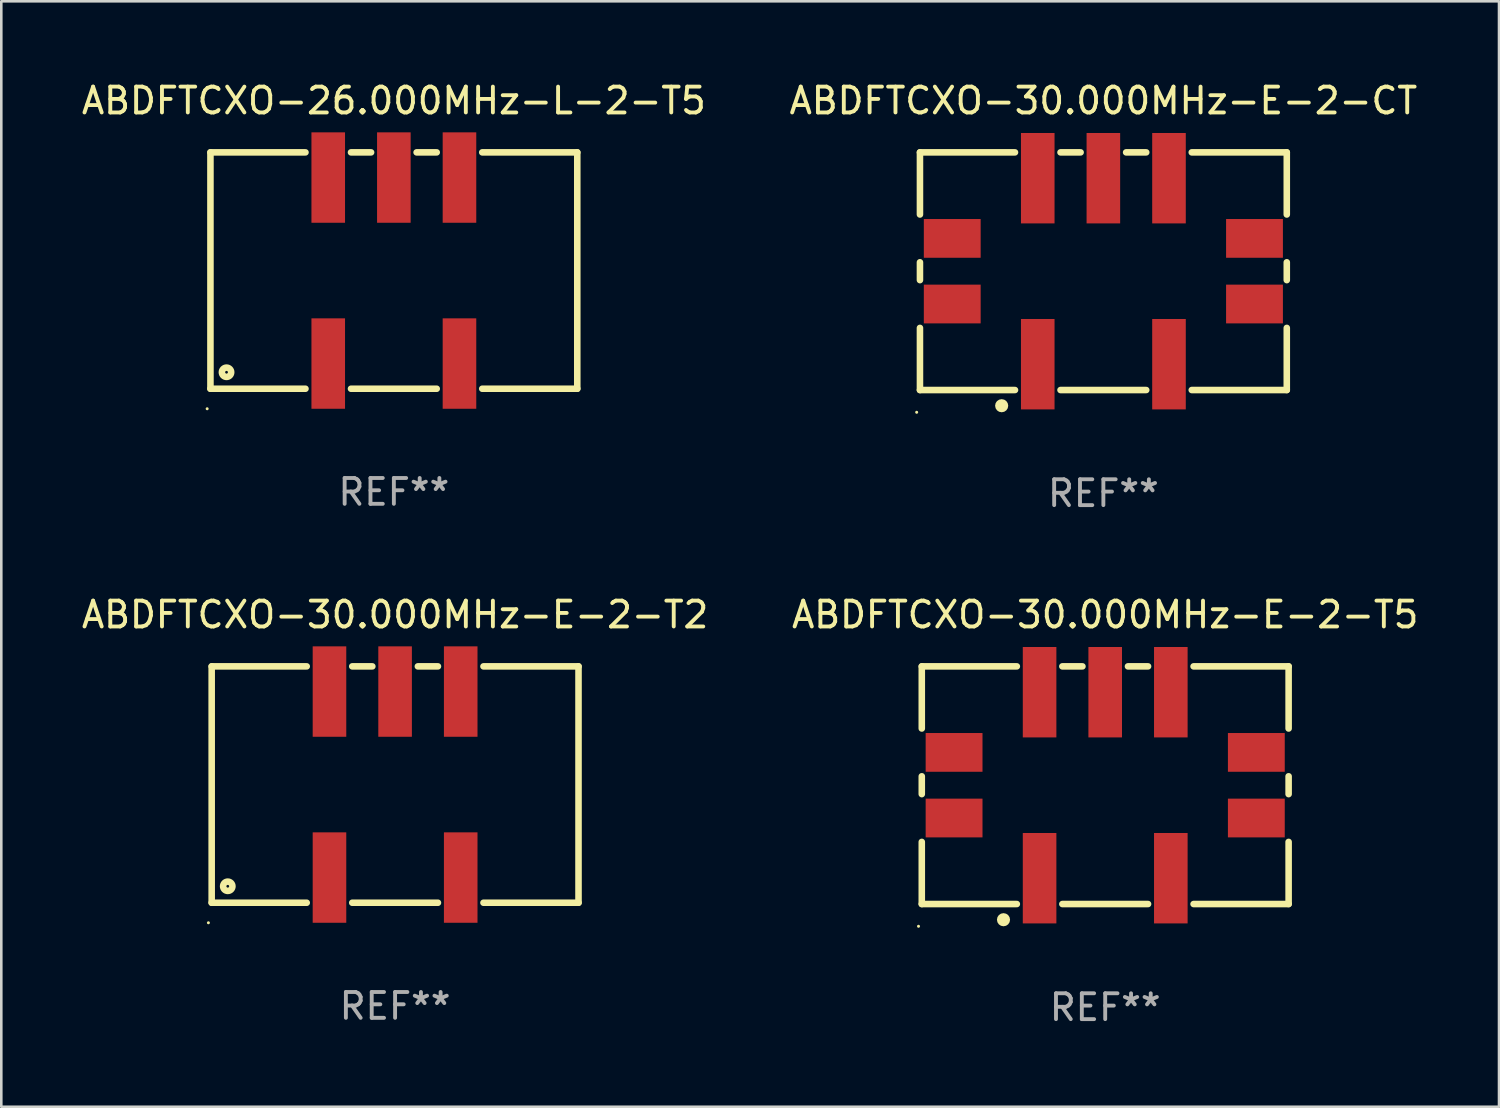
<source format=kicad_pcb>
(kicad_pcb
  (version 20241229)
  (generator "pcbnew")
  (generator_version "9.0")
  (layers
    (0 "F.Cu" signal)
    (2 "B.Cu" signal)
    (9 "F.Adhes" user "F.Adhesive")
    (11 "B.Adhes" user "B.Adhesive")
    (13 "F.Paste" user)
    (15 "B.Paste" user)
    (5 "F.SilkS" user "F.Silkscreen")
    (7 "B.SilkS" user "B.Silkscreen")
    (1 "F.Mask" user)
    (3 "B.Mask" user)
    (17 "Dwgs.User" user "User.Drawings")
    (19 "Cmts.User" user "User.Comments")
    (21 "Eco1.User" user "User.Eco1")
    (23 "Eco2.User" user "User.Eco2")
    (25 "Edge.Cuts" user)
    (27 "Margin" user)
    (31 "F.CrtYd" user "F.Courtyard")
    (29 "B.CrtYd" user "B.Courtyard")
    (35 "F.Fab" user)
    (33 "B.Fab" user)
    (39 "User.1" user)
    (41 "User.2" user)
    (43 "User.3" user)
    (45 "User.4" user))
  (footprint "ABDFTCXO-30.000MHz-E-2-CT"
    (layer "F.Cu")
    (at 39.661 7.448)
    (property "Reference" "ABDFTCXO-30.000MHz-E-2-CT" (at 0 -6.6 0) (layer "F.SilkS") (effects (font (size 1 1) (thickness 0.15))))
    (attr through_hole)
    (fp_line (start -7.1 -4.6) (end -7.1 -2.195) (stroke (width 0.254) (type solid)) (layer "F.SilkS"))
    (fp_line (start -7.1 -4.6) (end -3.421 -4.6) (stroke (width 0.254) (type solid)) (layer "F.SilkS"))
    (fp_line (start -7.1 -0.345) (end -7.1 0.345) (stroke (width 0.254) (type solid)) (layer "F.SilkS"))
    (fp_line (start -7.1 2.195) (end -7.1 4.6) (stroke (width 0.254) (type solid)) (layer "F.SilkS"))
    (fp_line (start -7.1 4.6) (end -3.421 4.6) (stroke (width 0.254) (type solid)) (layer "F.SilkS"))
    (fp_line (start -1.659 -4.6) (end -0.881 -4.6) (stroke (width 0.254) (type solid)) (layer "F.SilkS"))
    (fp_line (start -1.659 4.6) (end 1.659 4.6) (stroke (width 0.254) (type solid)) (layer "F.SilkS"))
    (fp_line (start 0.881 -4.6) (end 1.659 -4.6) (stroke (width 0.254) (type solid)) (layer "F.SilkS"))
    (fp_line (start 3.421 -4.6) (end 7.1 -4.6) (stroke (width 0.254) (type solid)) (layer "F.SilkS"))
    (fp_line (start 3.421 4.6) (end 7.1 4.6) (stroke (width 0.254) (type solid)) (layer "F.SilkS"))
    (fp_line (start 7.1 -4.6) (end 7.1 -2.195) (stroke (width 0.254) (type solid)) (layer "F.SilkS"))
    (fp_line (start 7.1 -0.345) (end 7.1 0.345) (stroke (width 0.254) (type solid)) (layer "F.SilkS"))
    (fp_line (start 7.1 2.195) (end 7.1 4.6) (stroke (width 0.254) (type solid)) (layer "F.SilkS"))
    (fp_circle (center -7.227 5.461) (end -7.197 5.461) (stroke (width 0.06) (type solid)) (fill no) (layer "F.SilkS"))
    (fp_circle (center -3.937 5.207) (end -3.81 5.207) (stroke (width 0.254) (type solid)) (fill no) (layer "F.SilkS"))
    (fp_text user "REF**" (at 0 8.6 0) (layer "F.Fab") (effects (font (size 1 1) (thickness 0.15))))
    (pad "1" smd rect (at -2.54 3.6) (size 1.3 3.5) (layers "F.Cu" "F.Mask" "F.Paste"))
    (pad "2" smd rect (at 2.54 3.6) (size 1.3 3.5) (layers "F.Cu" "F.Mask" "F.Paste"))
    (pad "3" smd rect (at 2.54 -3.6) (size 1.3 3.5) (layers "F.Cu" "F.Mask" "F.Paste"))
    (pad "4" smd rect (at 0 -3.6) (size 1.3 3.5) (layers "F.Cu" "F.Mask" "F.Paste"))
    (pad "5" smd rect (at -2.54 -3.6) (size 1.3 3.5) (layers "F.Cu" "F.Mask" "F.Paste"))
    (pad "6" smd rect (at 5.85 1.27 90) (size 1.5 2.2) (layers "F.Cu" "F.Mask" "F.Paste"))
    (pad "7" smd rect (at 5.85 -1.27 90) (size 1.5 2.2) (layers "F.Cu" "F.Mask" "F.Paste"))
    (pad "8" smd rect (at -5.85 -1.27 90) (size 1.5 2.2) (layers "F.Cu" "F.Mask" "F.Paste"))
    (pad "9" smd rect (at -5.85 1.27 90) (size 1.5 2.2) (layers "F.Cu" "F.Mask" "F.Paste")))
  (footprint "ABDFTCXO-30.000MHz-E-2-T5"
    (layer "F.Cu")
    (at 39.732 27.345)
    (property "Reference" "ABDFTCXO-30.000MHz-E-2-T5" (at 0 -6.6 0) (layer "F.SilkS") (effects (font (size 1 1) (thickness 0.15))))
    (attr through_hole)
    (fp_line (start -7.1 -4.6) (end -7.1 -2.195) (stroke (width 0.254) (type solid)) (layer "F.SilkS"))
    (fp_line (start -7.1 -4.6) (end -3.421 -4.6) (stroke (width 0.254) (type solid)) (layer "F.SilkS"))
    (fp_line (start -7.1 -0.345) (end -7.1 0.345) (stroke (width 0.254) (type solid)) (layer "F.SilkS"))
    (fp_line (start -7.1 2.195) (end -7.1 4.6) (stroke (width 0.254) (type solid)) (layer "F.SilkS"))
    (fp_line (start -7.1 4.6) (end -3.421 4.6) (stroke (width 0.254) (type solid)) (layer "F.SilkS"))
    (fp_line (start -1.659 -4.6) (end -0.881 -4.6) (stroke (width 0.254) (type solid)) (layer "F.SilkS"))
    (fp_line (start -1.659 4.6) (end 1.659 4.6) (stroke (width 0.254) (type solid)) (layer "F.SilkS"))
    (fp_line (start 0.881 -4.6) (end 1.659 -4.6) (stroke (width 0.254) (type solid)) (layer "F.SilkS"))
    (fp_line (start 3.421 -4.6) (end 7.1 -4.6) (stroke (width 0.254) (type solid)) (layer "F.SilkS"))
    (fp_line (start 3.421 4.6) (end 7.1 4.6) (stroke (width 0.254) (type solid)) (layer "F.SilkS"))
    (fp_line (start 7.1 -4.6) (end 7.1 -2.195) (stroke (width 0.254) (type solid)) (layer "F.SilkS"))
    (fp_line (start 7.1 -0.345) (end 7.1 0.345) (stroke (width 0.254) (type solid)) (layer "F.SilkS"))
    (fp_line (start 7.1 2.195) (end 7.1 4.6) (stroke (width 0.254) (type solid)) (layer "F.SilkS"))
    (fp_circle (center -7.227 5.461) (end -7.197 5.461) (stroke (width 0.06) (type solid)) (fill no) (layer "F.SilkS"))
    (fp_circle (center -3.937 5.207) (end -3.81 5.207) (stroke (width 0.254) (type solid)) (fill no) (layer "F.SilkS"))
    (fp_text user "REF**" (at 0 8.6 0) (layer "F.Fab") (effects (font (size 1 1) (thickness 0.15))))
    (pad "1" smd rect (at -2.54 3.6) (size 1.3 3.5) (layers "F.Cu" "F.Mask" "F.Paste"))
    (pad "2" smd rect (at 2.54 3.6) (size 1.3 3.5) (layers "F.Cu" "F.Mask" "F.Paste"))
    (pad "3" smd rect (at 2.54 -3.6) (size 1.3 3.5) (layers "F.Cu" "F.Mask" "F.Paste"))
    (pad "4" smd rect (at 0 -3.6) (size 1.3 3.5) (layers "F.Cu" "F.Mask" "F.Paste"))
    (pad "5" smd rect (at -2.54 -3.6) (size 1.3 3.5) (layers "F.Cu" "F.Mask" "F.Paste"))
    (pad "6" smd rect (at 5.85 1.27 90) (size 1.5 2.2) (layers "F.Cu" "F.Mask" "F.Paste"))
    (pad "7" smd rect (at 5.85 -1.27 90) (size 1.5 2.2) (layers "F.Cu" "F.Mask" "F.Paste"))
    (pad "8" smd rect (at -5.85 -1.27 90) (size 1.5 2.2) (layers "F.Cu" "F.Mask" "F.Paste"))
    (pad "9" smd rect (at -5.85 1.27 90) (size 1.5 2.2) (layers "F.Cu" "F.Mask" "F.Paste")))
  (footprint "ABDFTCXO-30.000MHz-E-2-T2"
    (layer "F.Cu")
    (at 12.244 27.32)
    (property "Reference" "ABDFTCXO-30.000MHz-E-2-T2" (at 0 -6.575 0) (layer "F.SilkS") (effects (font (size 1 1) (thickness 0.15))))
    (attr through_hole)
    (fp_line (start -7.1 -4.575) (end -7.1 4.575) (stroke (width 0.254) (type solid)) (layer "F.SilkS"))
    (fp_line (start -7.1 -4.575) (end -3.421 -4.575) (stroke (width 0.254) (type solid)) (layer "F.SilkS"))
    (fp_line (start -7.1 4.575) (end -3.421 4.575) (stroke (width 0.254) (type solid)) (layer "F.SilkS"))
    (fp_line (start -1.659 -4.575) (end -0.881 -4.575) (stroke (width 0.254) (type solid)) (layer "F.SilkS"))
    (fp_line (start -1.659 4.575) (end 1.659 4.575) (stroke (width 0.254) (type solid)) (layer "F.SilkS"))
    (fp_line (start 0.881 -4.575) (end 1.659 -4.575) (stroke (width 0.254) (type solid)) (layer "F.SilkS"))
    (fp_line (start 3.421 -4.575) (end 7.1 -4.575) (stroke (width 0.254) (type solid)) (layer "F.SilkS"))
    (fp_line (start 3.421 4.575) (end 7.1 4.575) (stroke (width 0.254) (type solid)) (layer "F.SilkS"))
    (fp_line (start 7.1 -4.575) (end 7.1 4.575) (stroke (width 0.254) (type solid)) (layer "F.SilkS"))
    (fp_circle (center -7.227 5.35) (end -7.197 5.35) (stroke (width 0.06) (type solid)) (fill no) (layer "F.SilkS"))
    (fp_circle (center -6.477 3.937) (end -6.297 3.937) (stroke (width 0.254) (type solid)) (fill no) (layer "F.SilkS"))
    (fp_text user "REF**" (at 0 8.575 0) (layer "F.Fab") (effects (font (size 1 1) (thickness 0.15))))
    (pad "1" smd rect (at -2.54 3.6) (size 1.3 3.5) (layers "F.Cu" "F.Mask" "F.Paste"))
    (pad "2" smd rect (at 2.54 3.6) (size 1.3 3.5) (layers "F.Cu" "F.Mask" "F.Paste"))
    (pad "3" smd rect (at 2.54 -3.6) (size 1.3 3.5) (layers "F.Cu" "F.Mask" "F.Paste"))
    (pad "4" smd rect (at 0 -3.6) (size 1.3 3.5) (layers "F.Cu" "F.Mask" "F.Paste"))
    (pad "5" smd rect (at -2.54 -3.6) (size 1.3 3.5) (layers "F.Cu" "F.Mask" "F.Paste")))
  (footprint "ABDFTCXO-26.000MHz-L-2-T5"
    (layer "F.Cu")
    (at 12.196 7.423)
    (property "Reference" "ABDFTCXO-26.000MHz-L-2-T5" (at 0 -6.575 0) (layer "F.SilkS") (effects (font (size 1 1) (thickness 0.15))))
    (attr through_hole)
    (fp_line (start -7.1 -4.575) (end -7.1 4.575) (stroke (width 0.254) (type solid)) (layer "F.SilkS"))
    (fp_line (start -7.1 -4.575) (end -3.421 -4.575) (stroke (width 0.254) (type solid)) (layer "F.SilkS"))
    (fp_line (start -7.1 4.575) (end -3.421 4.575) (stroke (width 0.254) (type solid)) (layer "F.SilkS"))
    (fp_line (start -1.659 -4.575) (end -0.881 -4.575) (stroke (width 0.254) (type solid)) (layer "F.SilkS"))
    (fp_line (start -1.659 4.575) (end 1.659 4.575) (stroke (width 0.254) (type solid)) (layer "F.SilkS"))
    (fp_line (start 0.881 -4.575) (end 1.659 -4.575) (stroke (width 0.254) (type solid)) (layer "F.SilkS"))
    (fp_line (start 3.421 -4.575) (end 7.1 -4.575) (stroke (width 0.254) (type solid)) (layer "F.SilkS"))
    (fp_line (start 3.421 4.575) (end 7.1 4.575) (stroke (width 0.254) (type solid)) (layer "F.SilkS"))
    (fp_line (start 7.1 -4.575) (end 7.1 4.575) (stroke (width 0.254) (type solid)) (layer "F.SilkS"))
    (fp_circle (center -7.227 5.35) (end -7.197 5.35) (stroke (width 0.06) (type solid)) (fill no) (layer "F.SilkS"))
    (fp_circle (center -6.477 3.937) (end -6.297 3.937) (stroke (width 0.254) (type solid)) (fill no) (layer "F.SilkS"))
    (fp_text user "REF**" (at 0 8.575 0) (layer "F.Fab") (effects (font (size 1 1) (thickness 0.15))))
    (pad "1" smd rect (at -2.54 3.6) (size 1.3 3.5) (layers "F.Cu" "F.Mask" "F.Paste"))
    (pad "2" smd rect (at 2.54 3.6) (size 1.3 3.5) (layers "F.Cu" "F.Mask" "F.Paste"))
    (pad "3" smd rect (at 2.54 -3.6) (size 1.3 3.5) (layers "F.Cu" "F.Mask" "F.Paste"))
    (pad "4" smd rect (at 0 -3.6) (size 1.3 3.5) (layers "F.Cu" "F.Mask" "F.Paste"))
    (pad "5" smd rect (at -2.54 -3.6) (size 1.3 3.5) (layers "F.Cu" "F.Mask" "F.Paste")))
  (gr_rect
    (start -3 -3)
    (end 54.976 39.793)
    (stroke (width 0.1) (type default))
    (fill no)
    (layer "Edge.Cuts")))
</source>
